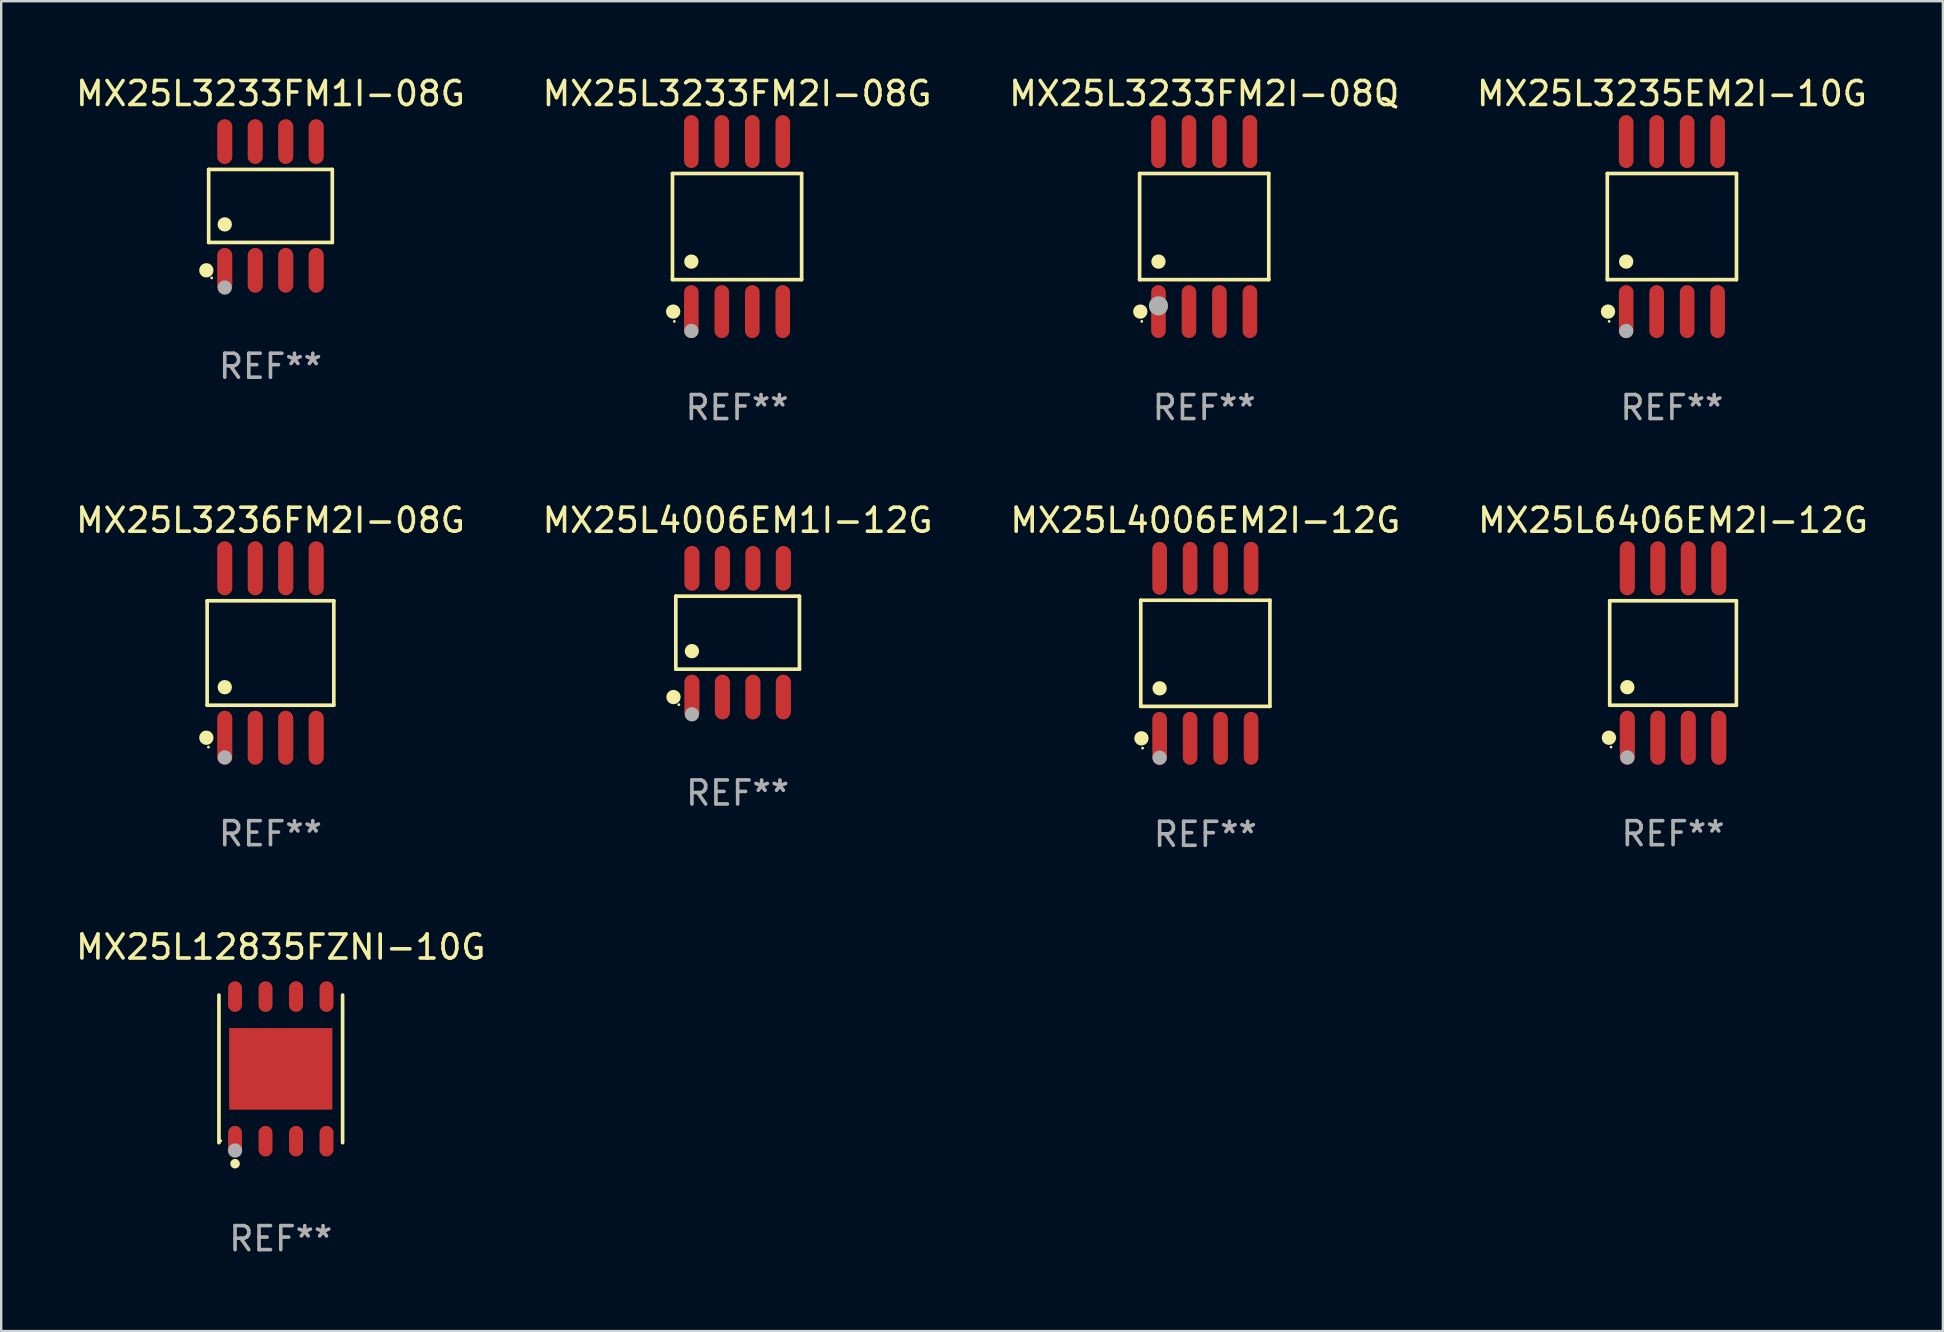
<source format=kicad_pcb>
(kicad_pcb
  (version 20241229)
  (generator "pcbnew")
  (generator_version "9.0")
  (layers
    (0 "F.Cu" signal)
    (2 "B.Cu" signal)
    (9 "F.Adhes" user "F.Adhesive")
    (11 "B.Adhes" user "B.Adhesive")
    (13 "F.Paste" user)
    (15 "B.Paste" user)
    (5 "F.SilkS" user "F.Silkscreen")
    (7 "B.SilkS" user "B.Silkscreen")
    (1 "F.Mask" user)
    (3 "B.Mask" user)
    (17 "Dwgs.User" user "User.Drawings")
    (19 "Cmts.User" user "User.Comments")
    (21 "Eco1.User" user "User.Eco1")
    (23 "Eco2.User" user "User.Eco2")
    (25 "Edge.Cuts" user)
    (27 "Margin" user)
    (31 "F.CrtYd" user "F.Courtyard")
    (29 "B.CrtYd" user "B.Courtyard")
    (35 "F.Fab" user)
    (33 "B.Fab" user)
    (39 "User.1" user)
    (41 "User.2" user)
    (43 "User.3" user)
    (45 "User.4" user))
  (footprint "MX25L4006EM1I-12G"
    (layer "F.Cu")
    (at 27.685 23.312)
    (property "Reference" "MX25L4006EM1I-12G" (at 0 -4.682 0) (layer "F.SilkS") (effects (font (size 1 1) (thickness 0.15))))
    (attr through_hole)
    (fp_line (start -2.576 -1.521) (end 2.576 -1.521) (stroke (width 0.152) (type solid)) (layer "F.SilkS"))
    (fp_line (start -2.576 1.521) (end -2.576 -1.521) (stroke (width 0.152) (type solid)) (layer "F.SilkS"))
    (fp_line (start 2.576 -1.521) (end 2.576 1.521) (stroke (width 0.152) (type solid)) (layer "F.SilkS"))
    (fp_line (start 2.576 1.521) (end -2.576 1.521) (stroke (width 0.152) (type solid)) (layer "F.SilkS"))
    (fp_circle (center -2.672 2.682) (end -2.522 2.682) (stroke (width 0.3) (type solid)) (fill no) (layer "F.SilkS"))
    (fp_circle (center -2.45 3) (end -2.42 3) (stroke (width 0.06) (type solid)) (fill no) (layer "F.SilkS"))
    (fp_circle (center -1.905 0.769) (end -1.755 0.769) (stroke (width 0.3) (type solid)) (fill no) (layer "F.SilkS"))
    (fp_circle (center -1.905 3.4) (end -1.755 3.4) (stroke (width 0.3) (type solid)) (fill no) (layer "F.Fab"))
    (fp_text user "REF**" (at 0 6.682 0) (layer "F.Fab") (effects (font (size 1 1) (thickness 0.15))))
    (pad "1" smd oval (at -1.905 2.682) (size 0.63 1.865) (layers "F.Cu" "F.Mask" "F.Paste"))
    (pad "2" smd oval (at -0.635 2.682) (size 0.63 1.865) (layers "F.Cu" "F.Mask" "F.Paste"))
    (pad "3" smd oval (at 0.635 2.682) (size 0.63 1.865) (layers "F.Cu" "F.Mask" "F.Paste"))
    (pad "4" smd oval (at 1.905 2.682) (size 0.63 1.865) (layers "F.Cu" "F.Mask" "F.Paste"))
    (pad "5" smd oval (at 1.905 -2.682) (size 0.63 1.865) (layers "F.Cu" "F.Mask" "F.Paste"))
    (pad "6" smd oval (at 0.635 -2.682) (size 0.63 1.865) (layers "F.Cu" "F.Mask" "F.Paste"))
    (pad "7" smd oval (at -0.635 -2.682) (size 0.63 1.865) (layers "F.Cu" "F.Mask" "F.Paste"))
    (pad "8" smd oval (at -1.905 -2.682) (size 0.63 1.865) (layers "F.Cu" "F.Mask" "F.Paste")))
  (footprint "MX25L3235EM2I-10G"
    (layer "F.Cu")
    (at 66.613 6.391)
    (property "Reference" "MX25L3235EM2I-10G" (at 0 -5.542 0) (layer "F.SilkS") (effects (font (size 1 1) (thickness 0.15))))
    (attr through_hole)
    (fp_line (start -2.691 -2.211) (end 2.691 -2.211) (stroke (width 0.152) (type solid)) (layer "F.SilkS"))
    (fp_line (start -2.691 2.211) (end -2.691 -2.211) (stroke (width 0.152) (type solid)) (layer "F.SilkS"))
    (fp_line (start 2.691 -2.211) (end 2.691 2.211) (stroke (width 0.152) (type solid)) (layer "F.SilkS"))
    (fp_line (start 2.691 2.211) (end -2.691 2.211) (stroke (width 0.152) (type solid)) (layer "F.SilkS"))
    (fp_circle (center -2.662 3.542) (end -2.512 3.542) (stroke (width 0.3) (type solid)) (fill no) (layer "F.SilkS"))
    (fp_circle (center -2.615 3.95) (end -2.585 3.95) (stroke (width 0.06) (type solid)) (fill no) (layer "F.SilkS"))
    (fp_circle (center -1.905 1.459) (end -1.755 1.459) (stroke (width 0.3) (type solid)) (fill no) (layer "F.SilkS"))
    (fp_circle (center -1.905 4.35) (end -1.755 4.35) (stroke (width 0.3) (type solid)) (fill no) (layer "F.Fab"))
    (fp_text user "REF**" (at 0 7.542 0) (layer "F.Fab") (effects (font (size 1 1) (thickness 0.15))))
    (pad "1" smd oval (at -1.905 3.542) (size 0.609 2.204) (layers "F.Cu" "F.Mask" "F.Paste"))
    (pad "2" smd oval (at -0.635 3.542) (size 0.609 2.204) (layers "F.Cu" "F.Mask" "F.Paste"))
    (pad "3" smd oval (at 0.635 3.542) (size 0.609 2.204) (layers "F.Cu" "F.Mask" "F.Paste"))
    (pad "4" smd oval (at 1.905 3.542) (size 0.609 2.204) (layers "F.Cu" "F.Mask" "F.Paste"))
    (pad "5" smd oval (at 1.905 -3.542) (size 0.609 2.204) (layers "F.Cu" "F.Mask" "F.Paste"))
    (pad "6" smd oval (at 0.635 -3.542) (size 0.609 2.204) (layers "F.Cu" "F.Mask" "F.Paste"))
    (pad "7" smd oval (at -0.635 -3.542) (size 0.609 2.204) (layers "F.Cu" "F.Mask" "F.Paste"))
    (pad "8" smd oval (at -1.905 -3.542) (size 0.609 2.204) (layers "F.Cu" "F.Mask" "F.Paste")))
  (footprint "MX25L3236FM2I-08G"
    (layer "F.Cu")
    (at 8.22 24.159)
    (property "Reference" "MX25L3236FM2I-08G" (at 0 -5.53 0) (layer "F.SilkS") (effects (font (size 1 1) (thickness 0.15))))
    (attr through_hole)
    (fp_line (start -2.639 -2.176) (end 2.639 -2.176) (stroke (width 0.152) (type solid)) (layer "F.SilkS"))
    (fp_line (start -2.639 2.176) (end -2.639 -2.176) (stroke (width 0.152) (type solid)) (layer "F.SilkS"))
    (fp_line (start 2.639 -2.176) (end 2.639 2.176) (stroke (width 0.152) (type solid)) (layer "F.SilkS"))
    (fp_line (start 2.639 2.176) (end -2.639 2.176) (stroke (width 0.152) (type solid)) (layer "F.SilkS"))
    (fp_circle (center -2.672 3.53) (end -2.522 3.53) (stroke (width 0.3) (type solid)) (fill no) (layer "F.SilkS"))
    (fp_circle (center -2.585 3.92) (end -2.555 3.92) (stroke (width 0.06) (type solid)) (fill no) (layer "F.SilkS"))
    (fp_circle (center -1.905 1.424) (end -1.755 1.424) (stroke (width 0.3) (type solid)) (fill no) (layer "F.SilkS"))
    (fp_circle (center -1.905 4.35) (end -1.755 4.35) (stroke (width 0.3) (type solid)) (fill no) (layer "F.Fab"))
    (fp_text user "REF**" (at 0 7.53 0) (layer "F.Fab") (effects (font (size 1 1) (thickness 0.15))))
    (pad "1" smd oval (at -1.905 3.53) (size 0.63 2.25) (layers "F.Cu" "F.Mask" "F.Paste"))
    (pad "2" smd oval (at -0.635 3.53) (size 0.63 2.25) (layers "F.Cu" "F.Mask" "F.Paste"))
    (pad "3" smd oval (at 0.635 3.53) (size 0.63 2.25) (layers "F.Cu" "F.Mask" "F.Paste"))
    (pad "4" smd oval (at 1.905 3.53) (size 0.63 2.25) (layers "F.Cu" "F.Mask" "F.Paste"))
    (pad "5" smd oval (at 1.905 -3.53) (size 0.63 2.25) (layers "F.Cu" "F.Mask" "F.Paste"))
    (pad "6" smd oval (at 0.635 -3.53) (size 0.63 2.25) (layers "F.Cu" "F.Mask" "F.Paste"))
    (pad "7" smd oval (at -0.635 -3.53) (size 0.63 2.25) (layers "F.Cu" "F.Mask" "F.Paste"))
    (pad "8" smd oval (at -1.905 -3.53) (size 0.63 2.25) (layers "F.Cu" "F.Mask" "F.Paste")))
  (footprint "MX25L12835FZNI-10G"
    (layer "F.Cu")
    (at 8.649 41.487)
    (property "Reference" "MX25L12835FZNI-10G" (at 0 -5.076 0) (layer "F.SilkS") (effects (font (size 1 1) (thickness 0.15))))
    (attr through_hole)
    (fp_line (start -2.576 3.076) (end -2.576 -3.076) (stroke (width 0.152) (type solid)) (layer "F.SilkS"))
    (fp_line (start 2.576 -3.076) (end 2.576 3.076) (stroke (width 0.152) (type solid)) (layer "F.SilkS"))
    (fp_circle (center -2.5 3) (end -2.47 3) (stroke (width 0.06) (type solid)) (fill no) (layer "F.SilkS"))
    (fp_circle (center -1.905 3.95) (end -1.805 3.95) (stroke (width 0.2) (type solid)) (fill no) (layer "F.SilkS"))
    (fp_circle (center -1.905 3.4) (end -1.755 3.4) (stroke (width 0.3) (type solid)) (fill no) (layer "F.Fab"))
    (fp_text user "REF**" (at 0 7.076 0) (layer "F.Fab") (effects (font (size 1 1) (thickness 0.15))))
    (pad "1" smd oval (at -1.905 3.013) (size 0.581 1.276) (layers "F.Cu" "F.Mask" "F.Paste"))
    (pad "2" smd oval (at -0.635 3.013) (size 0.581 1.276) (layers "F.Cu" "F.Mask" "F.Paste"))
    (pad "3" smd oval (at 0.635 3.013) (size 0.581 1.276) (layers "F.Cu" "F.Mask" "F.Paste"))
    (pad "4" smd oval (at 1.905 3.013) (size 0.581 1.276) (layers "F.Cu" "F.Mask" "F.Paste"))
    (pad "5" smd oval (at 1.905 -3.013) (size 0.581 1.276) (layers "F.Cu" "F.Mask" "F.Paste"))
    (pad "6" smd oval (at 0.635 -3.013) (size 0.581 1.276) (layers "F.Cu" "F.Mask" "F.Paste"))
    (pad "7" smd oval (at -0.635 -3.013) (size 0.581 1.276) (layers "F.Cu" "F.Mask" "F.Paste"))
    (pad "8" smd oval (at -1.905 -3.013) (size 0.581 1.276) (layers "F.Cu" "F.Mask" "F.Paste"))
    (pad "9" smd rect (at 0 0) (size 4.3 3.4) (layers "F.Cu" "F.Mask" "F.Paste")))
  (footprint "MX25L4006EM2I-12G"
    (layer "F.Cu")
    (at 47.173 24.172)
    (property "Reference" "MX25L4006EM2I-12G" (at 0 -5.542 0) (layer "F.SilkS") (effects (font (size 1 1) (thickness 0.15))))
    (attr through_hole)
    (fp_line (start -2.691 -2.211) (end 2.691 -2.211) (stroke (width 0.152) (type solid)) (layer "F.SilkS"))
    (fp_line (start -2.691 2.211) (end -2.691 -2.211) (stroke (width 0.152) (type solid)) (layer "F.SilkS"))
    (fp_line (start 2.691 -2.211) (end 2.691 2.211) (stroke (width 0.152) (type solid)) (layer "F.SilkS"))
    (fp_line (start 2.691 2.211) (end -2.691 2.211) (stroke (width 0.152) (type solid)) (layer "F.SilkS"))
    (fp_circle (center -2.662 3.542) (end -2.512 3.542) (stroke (width 0.3) (type solid)) (fill no) (layer "F.SilkS"))
    (fp_circle (center -2.615 3.95) (end -2.585 3.95) (stroke (width 0.06) (type solid)) (fill no) (layer "F.SilkS"))
    (fp_circle (center -1.905 1.459) (end -1.755 1.459) (stroke (width 0.3) (type solid)) (fill no) (layer "F.SilkS"))
    (fp_circle (center -1.905 4.35) (end -1.755 4.35) (stroke (width 0.3) (type solid)) (fill no) (layer "F.Fab"))
    (fp_text user "REF**" (at 0 7.542 0) (layer "F.Fab") (effects (font (size 1 1) (thickness 0.15))))
    (pad "1" smd oval (at -1.905 3.542) (size 0.609 2.204) (layers "F.Cu" "F.Mask" "F.Paste"))
    (pad "2" smd oval (at -0.635 3.542) (size 0.609 2.204) (layers "F.Cu" "F.Mask" "F.Paste"))
    (pad "3" smd oval (at 0.635 3.542) (size 0.609 2.204) (layers "F.Cu" "F.Mask" "F.Paste"))
    (pad "4" smd oval (at 1.905 3.542) (size 0.609 2.204) (layers "F.Cu" "F.Mask" "F.Paste"))
    (pad "5" smd oval (at 1.905 -3.542) (size 0.609 2.204) (layers "F.Cu" "F.Mask" "F.Paste"))
    (pad "6" smd oval (at 0.635 -3.542) (size 0.609 2.204) (layers "F.Cu" "F.Mask" "F.Paste"))
    (pad "7" smd oval (at -0.635 -3.542) (size 0.609 2.204) (layers "F.Cu" "F.Mask" "F.Paste"))
    (pad "8" smd oval (at -1.905 -3.542) (size 0.609 2.204) (layers "F.Cu" "F.Mask" "F.Paste")))
  (footprint "MX25L3233FM2I-08G"
    (layer "F.Cu")
    (at 27.661 6.391)
    (property "Reference" "MX25L3233FM2I-08G" (at 0 -5.542 0) (layer "F.SilkS") (effects (font (size 1 1) (thickness 0.15))))
    (attr through_hole)
    (fp_line (start -2.691 -2.211) (end 2.691 -2.211) (stroke (width 0.152) (type solid)) (layer "F.SilkS"))
    (fp_line (start -2.691 2.211) (end -2.691 -2.211) (stroke (width 0.152) (type solid)) (layer "F.SilkS"))
    (fp_line (start 2.691 -2.211) (end 2.691 2.211) (stroke (width 0.152) (type solid)) (layer "F.SilkS"))
    (fp_line (start 2.691 2.211) (end -2.691 2.211) (stroke (width 0.152) (type solid)) (layer "F.SilkS"))
    (fp_circle (center -2.662 3.542) (end -2.512 3.542) (stroke (width 0.3) (type solid)) (fill no) (layer "F.SilkS"))
    (fp_circle (center -2.615 3.95) (end -2.585 3.95) (stroke (width 0.06) (type solid)) (fill no) (layer "F.SilkS"))
    (fp_circle (center -1.905 1.459) (end -1.755 1.459) (stroke (width 0.3) (type solid)) (fill no) (layer "F.SilkS"))
    (fp_circle (center -1.905 4.35) (end -1.755 4.35) (stroke (width 0.3) (type solid)) (fill no) (layer "F.Fab"))
    (fp_text user "REF**" (at 0 7.542 0) (layer "F.Fab") (effects (font (size 1 1) (thickness 0.15))))
    (pad "1" smd oval (at -1.905 3.542) (size 0.609 2.204) (layers "F.Cu" "F.Mask" "F.Paste"))
    (pad "2" smd oval (at -0.635 3.542) (size 0.609 2.204) (layers "F.Cu" "F.Mask" "F.Paste"))
    (pad "3" smd oval (at 0.635 3.542) (size 0.609 2.204) (layers "F.Cu" "F.Mask" "F.Paste"))
    (pad "4" smd oval (at 1.905 3.542) (size 0.609 2.204) (layers "F.Cu" "F.Mask" "F.Paste"))
    (pad "5" smd oval (at 1.905 -3.542) (size 0.609 2.204) (layers "F.Cu" "F.Mask" "F.Paste"))
    (pad "6" smd oval (at 0.635 -3.542) (size 0.609 2.204) (layers "F.Cu" "F.Mask" "F.Paste"))
    (pad "7" smd oval (at -0.635 -3.542) (size 0.609 2.204) (layers "F.Cu" "F.Mask" "F.Paste"))
    (pad "8" smd oval (at -1.905 -3.542) (size 0.609 2.204) (layers "F.Cu" "F.Mask" "F.Paste")))
  (footprint "MX25L3233FM1I-08G"
    (layer "F.Cu")
    (at 8.22 5.531)
    (property "Reference" "MX25L3233FM1I-08G" (at 0 -4.682 0) (layer "F.SilkS") (effects (font (size 1 1) (thickness 0.15))))
    (attr through_hole)
    (fp_line (start -2.576 -1.521) (end 2.576 -1.521) (stroke (width 0.152) (type solid)) (layer "F.SilkS"))
    (fp_line (start -2.576 1.521) (end -2.576 -1.521) (stroke (width 0.152) (type solid)) (layer "F.SilkS"))
    (fp_line (start 2.576 -1.521) (end 2.576 1.521) (stroke (width 0.152) (type solid)) (layer "F.SilkS"))
    (fp_line (start 2.576 1.521) (end -2.576 1.521) (stroke (width 0.152) (type solid)) (layer "F.SilkS"))
    (fp_circle (center -2.672 2.682) (end -2.522 2.682) (stroke (width 0.3) (type solid)) (fill no) (layer "F.SilkS"))
    (fp_circle (center -2.45 3) (end -2.42 3) (stroke (width 0.06) (type solid)) (fill no) (layer "F.SilkS"))
    (fp_circle (center -1.905 0.769) (end -1.755 0.769) (stroke (width 0.3) (type solid)) (fill no) (layer "F.SilkS"))
    (fp_circle (center -1.905 3.4) (end -1.755 3.4) (stroke (width 0.3) (type solid)) (fill no) (layer "F.Fab"))
    (fp_text user "REF**" (at 0 6.682 0) (layer "F.Fab") (effects (font (size 1 1) (thickness 0.15))))
    (pad "1" smd oval (at -1.905 2.682) (size 0.63 1.865) (layers "F.Cu" "F.Mask" "F.Paste"))
    (pad "2" smd oval (at -0.635 2.682) (size 0.63 1.865) (layers "F.Cu" "F.Mask" "F.Paste"))
    (pad "3" smd oval (at 0.635 2.682) (size 0.63 1.865) (layers "F.Cu" "F.Mask" "F.Paste"))
    (pad "4" smd oval (at 1.905 2.682) (size 0.63 1.865) (layers "F.Cu" "F.Mask" "F.Paste"))
    (pad "5" smd oval (at 1.905 -2.682) (size 0.63 1.865) (layers "F.Cu" "F.Mask" "F.Paste"))
    (pad "6" smd oval (at 0.635 -2.682) (size 0.63 1.865) (layers "F.Cu" "F.Mask" "F.Paste"))
    (pad "7" smd oval (at -0.635 -2.682) (size 0.63 1.865) (layers "F.Cu" "F.Mask" "F.Paste"))
    (pad "8" smd oval (at -1.905 -2.682) (size 0.63 1.865) (layers "F.Cu" "F.Mask" "F.Paste")))
  (footprint "MX25L3233FM2I-08Q"
    (layer "F.Cu")
    (at 47.125 6.391)
    (property "Reference" "MX25L3233FM2I-08Q" (at 0 -5.542 0) (layer "F.SilkS") (effects (font (size 1 1) (thickness 0.15))))
    (attr through_hole)
    (fp_line (start -2.691 -2.211) (end 2.691 -2.211) (stroke (width 0.152) (type solid)) (layer "F.SilkS"))
    (fp_line (start -2.691 2.211) (end -2.691 -2.211) (stroke (width 0.152) (type solid)) (layer "F.SilkS"))
    (fp_line (start 2.691 -2.211) (end 2.691 2.211) (stroke (width 0.152) (type solid)) (layer "F.SilkS"))
    (fp_line (start 2.691 2.211) (end -2.691 2.211) (stroke (width 0.152) (type solid)) (layer "F.SilkS"))
    (fp_circle (center -2.662 3.542) (end -2.512 3.542) (stroke (width 0.3) (type solid)) (fill no) (layer "F.SilkS"))
    (fp_circle (center -2.6 3.95) (end -2.57 3.95) (stroke (width 0.06) (type solid)) (fill no) (layer "F.SilkS"))
    (fp_circle (center -1.905 1.459) (end -1.755 1.459) (stroke (width 0.3) (type solid)) (fill no) (layer "F.SilkS"))
    (fp_circle (center -1.905 3.302) (end -1.705 3.302) (stroke (width 0.4) (type solid)) (fill no) (layer "F.Fab"))
    (fp_text user "REF**" (at 0 7.542 0) (layer "F.Fab") (effects (font (size 1 1) (thickness 0.15))))
    (pad "1" smd oval (at -1.905 3.542) (size 0.609 2.204) (layers "F.Cu" "F.Mask" "F.Paste"))
    (pad "2" smd oval (at -0.635 3.542) (size 0.609 2.204) (layers "F.Cu" "F.Mask" "F.Paste"))
    (pad "3" smd oval (at 0.635 3.542) (size 0.609 2.204) (layers "F.Cu" "F.Mask" "F.Paste"))
    (pad "4" smd oval (at 1.905 3.542) (size 0.609 2.204) (layers "F.Cu" "F.Mask" "F.Paste"))
    (pad "5" smd oval (at 1.905 -3.542) (size 0.609 2.204) (layers "F.Cu" "F.Mask" "F.Paste"))
    (pad "6" smd oval (at 0.635 -3.542) (size 0.609 2.204) (layers "F.Cu" "F.Mask" "F.Paste"))
    (pad "7" smd oval (at -0.635 -3.542) (size 0.609 2.204) (layers "F.Cu" "F.Mask" "F.Paste"))
    (pad "8" smd oval (at -1.905 -3.542) (size 0.609 2.204) (layers "F.Cu" "F.Mask" "F.Paste")))
  (footprint "MX25L6406EM2I-12G"
    (layer "F.Cu")
    (at 66.661 24.159)
    (property "Reference" "MX25L6406EM2I-12G" (at 0 -5.53 0) (layer "F.SilkS") (effects (font (size 1 1) (thickness 0.15))))
    (attr through_hole)
    (fp_line (start -2.639 -2.176) (end 2.639 -2.176) (stroke (width 0.152) (type solid)) (layer "F.SilkS"))
    (fp_line (start -2.639 2.176) (end -2.639 -2.176) (stroke (width 0.152) (type solid)) (layer "F.SilkS"))
    (fp_line (start 2.639 -2.176) (end 2.639 2.176) (stroke (width 0.152) (type solid)) (layer "F.SilkS"))
    (fp_line (start 2.639 2.176) (end -2.639 2.176) (stroke (width 0.152) (type solid)) (layer "F.SilkS"))
    (fp_circle (center -2.672 3.53) (end -2.522 3.53) (stroke (width 0.3) (type solid)) (fill no) (layer "F.SilkS"))
    (fp_circle (center -2.585 3.92) (end -2.555 3.92) (stroke (width 0.06) (type solid)) (fill no) (layer "F.SilkS"))
    (fp_circle (center -1.905 1.424) (end -1.755 1.424) (stroke (width 0.3) (type solid)) (fill no) (layer "F.SilkS"))
    (fp_circle (center -1.905 4.35) (end -1.755 4.35) (stroke (width 0.3) (type solid)) (fill no) (layer "F.Fab"))
    (fp_text user "REF**" (at 0 7.53 0) (layer "F.Fab") (effects (font (size 1 1) (thickness 0.15))))
    (pad "1" smd oval (at -1.905 3.53) (size 0.63 2.25) (layers "F.Cu" "F.Mask" "F.Paste"))
    (pad "2" smd oval (at -0.635 3.53) (size 0.63 2.25) (layers "F.Cu" "F.Mask" "F.Paste"))
    (pad "3" smd oval (at 0.635 3.53) (size 0.63 2.25) (layers "F.Cu" "F.Mask" "F.Paste"))
    (pad "4" smd oval (at 1.905 3.53) (size 0.63 2.25) (layers "F.Cu" "F.Mask" "F.Paste"))
    (pad "5" smd oval (at 1.905 -3.53) (size 0.63 2.25) (layers "F.Cu" "F.Mask" "F.Paste"))
    (pad "6" smd oval (at 0.635 -3.53) (size 0.63 2.25) (layers "F.Cu" "F.Mask" "F.Paste"))
    (pad "7" smd oval (at -0.635 -3.53) (size 0.63 2.25) (layers "F.Cu" "F.Mask" "F.Paste"))
    (pad "8" smd oval (at -1.905 -3.53) (size 0.63 2.25) (layers "F.Cu" "F.Mask" "F.Paste")))
  (gr_rect
    (start -3 -3)
    (end 77.905 52.411)
    (stroke (width 0.1) (type default))
    (fill no)
    (layer "Edge.Cuts")))
</source>
